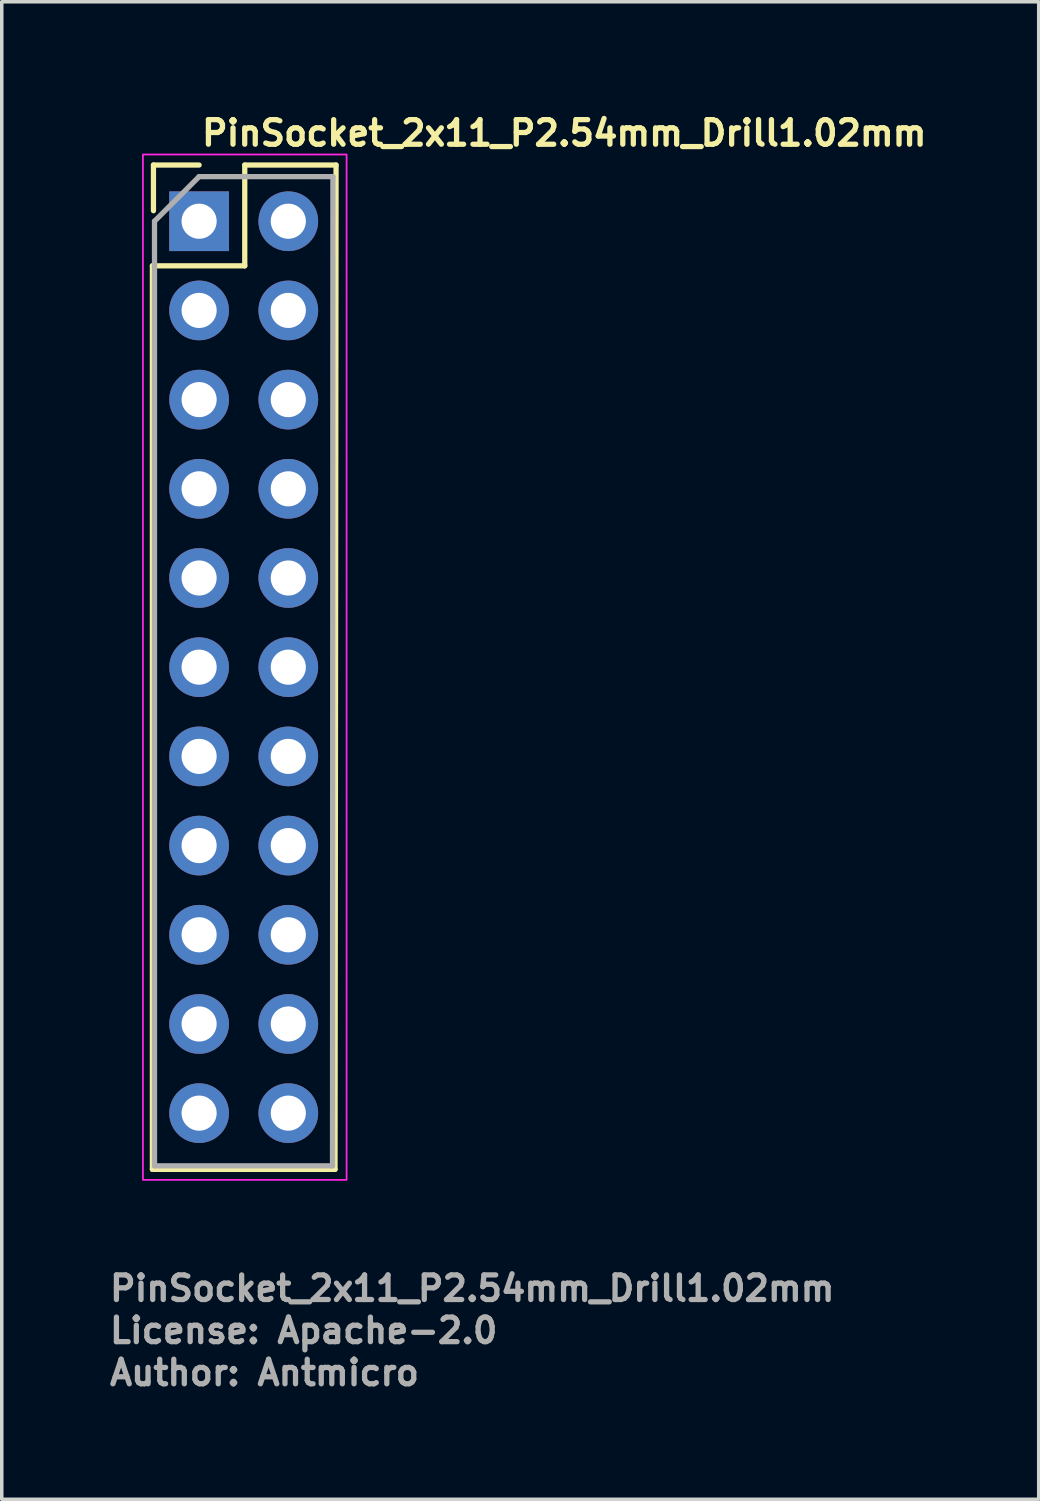
<source format=kicad_pcb>
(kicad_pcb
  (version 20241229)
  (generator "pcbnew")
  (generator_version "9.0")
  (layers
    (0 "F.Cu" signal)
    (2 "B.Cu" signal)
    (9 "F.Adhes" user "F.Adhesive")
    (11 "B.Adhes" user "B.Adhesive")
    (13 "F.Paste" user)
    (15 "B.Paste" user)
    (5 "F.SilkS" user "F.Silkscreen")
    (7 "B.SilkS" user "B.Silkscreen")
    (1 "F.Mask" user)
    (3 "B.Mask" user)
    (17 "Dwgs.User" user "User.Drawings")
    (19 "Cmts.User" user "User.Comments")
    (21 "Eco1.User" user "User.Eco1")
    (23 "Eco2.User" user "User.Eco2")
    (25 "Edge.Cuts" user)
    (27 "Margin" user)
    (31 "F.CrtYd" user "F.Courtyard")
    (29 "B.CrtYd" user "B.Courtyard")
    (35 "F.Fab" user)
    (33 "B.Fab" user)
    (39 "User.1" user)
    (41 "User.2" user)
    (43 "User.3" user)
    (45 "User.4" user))
  (footprint "PinSocket_2x11_P2.54mm_Drill1.02mm"
    (layer "F.Cu")
    (at 2.62 3.25)
    (property "Reference" "PinSocket_2x11_P2.54mm_Drill1.02mm" (at 0 -2.1 0) (layer "F.SilkS") (effects (font (size 0.7 0.7) (thickness 0.15)) (justify left bottom)))
    (attr through_hole)
    (fp_line (start -1.33 1.27) (end -1.33 27) (stroke (width 0.15) (type solid)) (layer "F.SilkS"))
    (fp_line (start -1.33 1.27) (end 1.3 1.27) (stroke (width 0.15) (type solid)) (layer "F.SilkS"))
    (fp_line (start -1.33 27) (end 3.87 27) (stroke (width 0.15) (type solid)) (layer "F.SilkS"))
    (fp_line (start -1.3 -1.6) (end 0 -1.6) (stroke (width 0.15) (type solid)) (layer "F.SilkS"))
    (fp_line (start -1.3 -0.3) (end -1.3 -1.6) (stroke (width 0.15) (type solid)) (layer "F.SilkS"))
    (fp_line (start 1.3 -1.6) (end 3.9 -1.6) (stroke (width 0.15) (type solid)) (layer "F.SilkS"))
    (fp_line (start 1.3 1.27) (end 1.3 -1.6) (stroke (width 0.15) (type solid)) (layer "F.SilkS"))
    (fp_line (start 3.9 -1.6) (end 3.87 27) (stroke (width 0.15) (type solid)) (layer "F.SilkS"))
    (fp_rect (start -1.6 -1.9) (end 4.2 27.3) (stroke (width 0.05) (type solid)) (fill no) (layer "F.CrtYd"))
    (fp_line (start -1.27 0) (end 0 -1.27) (stroke (width 0.15) (type solid)) (layer "F.Fab"))
    (fp_line (start -1.27 26.9) (end -1.27 0) (stroke (width 0.15) (type solid)) (layer "F.Fab"))
    (fp_line (start 0 -1.27) (end 3.81 -1.27) (stroke (width 0.15) (type solid)) (layer "F.Fab"))
    (fp_line (start 3.799 26.9) (end -1.27 26.9) (stroke (width 0.15) (type solid)) (layer "F.Fab"))
    (fp_line (start 3.81 -1.27) (end 3.799 26.9) (stroke (width 0.15) (type solid)) (layer "F.Fab"))
    (fp_rect (start -1.27 -1.52) (end 3.81 26.92) (stroke (width 0.1) (type solid)) (fill no) (layer "User.5"))
    (fp_line (start -1.27 -1.52) (end -1.27 26.92) (stroke (width 0.02) (type solid)) (layer "User.9"))
    (fp_line (start -1.27 -1.52) (end 3.81 -1.52) (stroke (width 0.02) (type solid)) (layer "User.9"))
    (fp_line (start -1.27 26.92) (end 3.81 26.92) (stroke (width 0.02) (type solid)) (layer "User.9"))
    (fp_line (start -0.55 -0.55) (end -0.349 -0.349) (stroke (width 0.02) (type solid)) (layer "User.9"))
    (fp_line (start -0.55 -0.55) (end 0.55 -0.55) (stroke (width 0.02) (type solid)) (layer "User.9"))
    (fp_line (start -0.55 0.55) (end -0.55 -0.55) (stroke (width 0.02) (type solid)) (layer "User.9"))
    (fp_line (start -0.55 0.55) (end -0.349 0.349) (stroke (width 0.02) (type solid)) (layer "User.9"))
    (fp_line (start -0.55 1.99) (end -0.349 2.19) (stroke (width 0.02) (type solid)) (layer "User.9"))
    (fp_line (start -0.55 1.99) (end 0.55 1.99) (stroke (width 0.02) (type solid)) (layer "User.9"))
    (fp_line (start -0.55 3.09) (end -0.55 1.99) (stroke (width 0.02) (type solid)) (layer "User.9"))
    (fp_line (start -0.55 3.09) (end -0.349 2.89) (stroke (width 0.02) (type solid)) (layer "User.9"))
    (fp_line (start -0.55 4.53) (end -0.349 4.73) (stroke (width 0.02) (type solid)) (layer "User.9"))
    (fp_line (start -0.55 4.53) (end 0.55 4.53) (stroke (width 0.02) (type solid)) (layer "User.9"))
    (fp_line (start -0.55 5.63) (end -0.55 4.53) (stroke (width 0.02) (type solid)) (layer "User.9"))
    (fp_line (start -0.55 5.63) (end -0.349 5.43) (stroke (width 0.02) (type solid)) (layer "User.9"))
    (fp_line (start -0.55 7.07) (end -0.349 7.269) (stroke (width 0.02) (type solid)) (layer "User.9"))
    (fp_line (start -0.55 7.07) (end 0.55 7.07) (stroke (width 0.02) (type solid)) (layer "User.9"))
    (fp_line (start -0.55 8.17) (end -0.55 7.07) (stroke (width 0.02) (type solid)) (layer "User.9"))
    (fp_line (start -0.55 8.17) (end -0.349 7.97) (stroke (width 0.02) (type solid)) (layer "User.9"))
    (fp_line (start -0.55 9.61) (end -0.349 9.81) (stroke (width 0.02) (type solid)) (layer "User.9"))
    (fp_line (start -0.55 9.61) (end 0.55 9.61) (stroke (width 0.02) (type solid)) (layer "User.9"))
    (fp_line (start -0.55 10.71) (end -0.55 9.61) (stroke (width 0.02) (type solid)) (layer "User.9"))
    (fp_line (start -0.55 10.71) (end -0.349 10.51) (stroke (width 0.02) (type solid)) (layer "User.9"))
    (fp_line (start -0.55 12.15) (end -0.349 12.35) (stroke (width 0.02) (type solid)) (layer "User.9"))
    (fp_line (start -0.55 12.15) (end 0.55 12.15) (stroke (width 0.02) (type solid)) (layer "User.9"))
    (fp_line (start -0.55 13.25) (end -0.55 12.15) (stroke (width 0.02) (type solid)) (layer "User.9"))
    (fp_line (start -0.55 13.25) (end -0.349 13.05) (stroke (width 0.02) (type solid)) (layer "User.9"))
    (fp_line (start -0.55 14.69) (end -0.349 14.89) (stroke (width 0.02) (type solid)) (layer "User.9"))
    (fp_line (start -0.55 14.69) (end 0.55 14.69) (stroke (width 0.02) (type solid)) (layer "User.9"))
    (fp_line (start -0.55 15.789) (end -0.55 14.69) (stroke (width 0.02) (type solid)) (layer "User.9"))
    (fp_line (start -0.55 15.789) (end -0.349 15.59) (stroke (width 0.02) (type solid)) (layer "User.9"))
    (fp_line (start -0.55 17.23) (end -0.349 17.43) (stroke (width 0.02) (type solid)) (layer "User.9"))
    (fp_line (start -0.55 17.23) (end 0.55 17.23) (stroke (width 0.02) (type solid)) (layer "User.9"))
    (fp_line (start -0.55 18.329) (end -0.55 17.23) (stroke (width 0.02) (type solid)) (layer "User.9"))
    (fp_line (start -0.55 18.329) (end -0.349 18.129) (stroke (width 0.02) (type solid)) (layer "User.9"))
    (fp_line (start -0.55 19.77) (end -0.349 19.969) (stroke (width 0.02) (type solid)) (layer "User.9"))
    (fp_line (start -0.55 19.77) (end 0.55 19.77) (stroke (width 0.02) (type solid)) (layer "User.9"))
    (fp_line (start -0.55 20.87) (end -0.55 19.77) (stroke (width 0.02) (type solid)) (layer "User.9"))
    (fp_line (start -0.55 20.87) (end -0.349 20.67) (stroke (width 0.02) (type solid)) (layer "User.9"))
    (fp_line (start -0.55 22.309) (end -0.349 22.51) (stroke (width 0.02) (type solid)) (layer "User.9"))
    (fp_line (start -0.55 22.309) (end 0.55 22.309) (stroke (width 0.02) (type solid)) (layer "User.9"))
    (fp_line (start -0.55 23.41) (end -0.55 22.309) (stroke (width 0.02) (type solid)) (layer "User.9"))
    (fp_line (start -0.55 23.41) (end -0.349 23.209) (stroke (width 0.02) (type solid)) (layer "User.9"))
    (fp_line (start -0.55 24.85) (end -0.349 25.049) (stroke (width 0.02) (type solid)) (layer "User.9"))
    (fp_line (start -0.55 24.85) (end 0.55 24.85) (stroke (width 0.02) (type solid)) (layer "User.9"))
    (fp_line (start -0.55 25.95) (end -0.55 24.85) (stroke (width 0.02) (type solid)) (layer "User.9"))
    (fp_line (start -0.55 25.95) (end -0.349 25.75) (stroke (width 0.02) (type solid)) (layer "User.9"))
    (fp_line (start -0.349 -0.349) (end -0.349 0.349) (stroke (width 0.02) (type solid)) (layer "User.9"))
    (fp_line (start -0.349 0.349) (end 0.349 0.349) (stroke (width 0.02) (type solid)) (layer "User.9"))
    (fp_line (start -0.349 2.19) (end -0.349 2.89) (stroke (width 0.02) (type solid)) (layer "User.9"))
    (fp_line (start -0.349 2.89) (end 0.349 2.89) (stroke (width 0.02) (type solid)) (layer "User.9"))
    (fp_line (start -0.349 4.73) (end -0.349 5.43) (stroke (width 0.02) (type solid)) (layer "User.9"))
    (fp_line (start -0.349 5.43) (end 0.349 5.43) (stroke (width 0.02) (type solid)) (layer "User.9"))
    (fp_line (start -0.349 7.269) (end -0.349 7.97) (stroke (width 0.02) (type solid)) (layer "User.9"))
    (fp_line (start -0.349 7.97) (end 0.349 7.97) (stroke (width 0.02) (type solid)) (layer "User.9"))
    (fp_line (start -0.349 9.81) (end -0.349 10.51) (stroke (width 0.02) (type solid)) (layer "User.9"))
    (fp_line (start -0.349 10.51) (end 0.349 10.51) (stroke (width 0.02) (type solid)) (layer "User.9"))
    (fp_line (start -0.349 12.35) (end -0.349 13.05) (stroke (width 0.02) (type solid)) (layer "User.9"))
    (fp_line (start -0.349 13.05) (end 0.349 13.05) (stroke (width 0.02) (type solid)) (layer "User.9"))
    (fp_line (start -0.349 14.89) (end -0.349 15.59) (stroke (width 0.02) (type solid)) (layer "User.9"))
    (fp_line (start -0.349 15.59) (end 0.349 15.59) (stroke (width 0.02) (type solid)) (layer "User.9"))
    (fp_line (start -0.349 17.43) (end -0.349 18.129) (stroke (width 0.02) (type solid)) (layer "User.9"))
    (fp_line (start -0.349 18.129) (end 0.349 18.129) (stroke (width 0.02) (type solid)) (layer "User.9"))
    (fp_line (start -0.349 19.969) (end -0.349 20.67) (stroke (width 0.02) (type solid)) (layer "User.9"))
    (fp_line (start -0.349 20.67) (end 0.349 20.67) (stroke (width 0.02) (type solid)) (layer "User.9"))
    (fp_line (start -0.349 22.51) (end -0.349 23.209) (stroke (width 0.02) (type solid)) (layer "User.9"))
    (fp_line (start -0.349 23.209) (end 0.349 23.209) (stroke (width 0.02) (type solid)) (layer "User.9"))
    (fp_line (start -0.349 25.049) (end -0.349 25.75) (stroke (width 0.02) (type solid)) (layer "User.9"))
    (fp_line (start -0.349 25.75) (end 0.349 25.75) (stroke (width 0.02) (type solid)) (layer "User.9"))
    (fp_line (start -0.2 -0.349) (end -0.2 -0.183) (stroke (width 0.02) (type solid)) (layer "User.9"))
    (fp_line (start -0.2 -0.181) (end -0.2 0) (stroke (width 0.02) (type solid)) (layer "User.9"))
    (fp_line (start -0.2 0) (end -0.2 0.181) (stroke (width 0.02) (type solid)) (layer "User.9"))
    (fp_line (start -0.2 0.183) (end -0.2 0.349) (stroke (width 0.02) (type solid)) (layer "User.9"))
    (fp_line (start -0.2 2.19) (end -0.2 2.356) (stroke (width 0.02) (type solid)) (layer "User.9"))
    (fp_line (start -0.2 2.358) (end -0.2 2.54) (stroke (width 0.02) (type solid)) (layer "User.9"))
    (fp_line (start -0.2 2.54) (end -0.2 2.721) (stroke (width 0.02) (type solid)) (layer "User.9"))
    (fp_line (start -0.2 2.723) (end -0.2 2.89) (stroke (width 0.02) (type solid)) (layer "User.9"))
    (fp_line (start -0.2 4.73) (end -0.2 4.896) (stroke (width 0.02) (type solid)) (layer "User.9"))
    (fp_line (start -0.2 4.898) (end -0.2 5.08) (stroke (width 0.02) (type solid)) (layer "User.9"))
    (fp_line (start -0.2 5.08) (end -0.2 5.261) (stroke (width 0.02) (type solid)) (layer "User.9"))
    (fp_line (start -0.2 5.263) (end -0.2 5.43) (stroke (width 0.02) (type solid)) (layer "User.9"))
    (fp_line (start -0.2 7.269) (end -0.2 7.436) (stroke (width 0.02) (type solid)) (layer "User.9"))
    (fp_line (start -0.2 7.438) (end -0.2 7.62) (stroke (width 0.02) (type solid)) (layer "User.9"))
    (fp_line (start -0.2 7.62) (end -0.2 7.801) (stroke (width 0.02) (type solid)) (layer "User.9"))
    (fp_line (start -0.2 7.803) (end -0.2 7.97) (stroke (width 0.02) (type solid)) (layer "User.9"))
    (fp_line (start -0.2 9.81) (end -0.2 9.976) (stroke (width 0.02) (type solid)) (layer "User.9"))
    (fp_line (start -0.2 9.978) (end -0.2 10.16) (stroke (width 0.02) (type solid)) (layer "User.9"))
    (fp_line (start -0.2 10.16) (end -0.2 10.342) (stroke (width 0.02) (type solid)) (layer "User.9"))
    (fp_line (start -0.2 10.343) (end -0.2 10.51) (stroke (width 0.02) (type solid)) (layer "User.9"))
    (fp_line (start -0.2 12.35) (end -0.2 12.516) (stroke (width 0.02) (type solid)) (layer "User.9"))
    (fp_line (start -0.2 12.518) (end -0.2 12.699) (stroke (width 0.02) (type solid)) (layer "User.9"))
    (fp_line (start -0.2 12.699) (end -0.2 12.882) (stroke (width 0.02) (type solid)) (layer "User.9"))
    (fp_line (start -0.2 12.883) (end -0.2 13.05) (stroke (width 0.02) (type solid)) (layer "User.9"))
    (fp_line (start -0.2 14.89) (end -0.2 15.056) (stroke (width 0.02) (type solid)) (layer "User.9"))
    (fp_line (start -0.2 15.058) (end -0.2 15.24) (stroke (width 0.02) (type solid)) (layer "User.9"))
    (fp_line (start -0.2 15.24) (end -0.2 15.422) (stroke (width 0.02) (type solid)) (layer "User.9"))
    (fp_line (start -0.2 15.423) (end -0.2 15.59) (stroke (width 0.02) (type solid)) (layer "User.9"))
    (fp_line (start -0.2 17.43) (end -0.2 17.596) (stroke (width 0.02) (type solid)) (layer "User.9"))
    (fp_line (start -0.2 17.598) (end -0.2 17.78) (stroke (width 0.02) (type solid)) (layer "User.9"))
    (fp_line (start -0.2 17.78) (end -0.2 17.962) (stroke (width 0.02) (type solid)) (layer "User.9"))
    (fp_line (start -0.2 17.963) (end -0.2 18.129) (stroke (width 0.02) (type solid)) (layer "User.9"))
    (fp_line (start -0.2 19.969) (end -0.2 20.136) (stroke (width 0.02) (type solid)) (layer "User.9"))
    (fp_line (start -0.2 20.138) (end -0.2 20.32) (stroke (width 0.02) (type solid)) (layer "User.9"))
    (fp_line (start -0.2 20.32) (end -0.2 20.502) (stroke (width 0.02) (type solid)) (layer "User.9"))
    (fp_line (start -0.2 20.503) (end -0.2 20.67) (stroke (width 0.02) (type solid)) (layer "User.9"))
    (fp_line (start -0.2 22.51) (end -0.2 22.676) (stroke (width 0.02) (type solid)) (layer "User.9"))
    (fp_line (start -0.2 22.677) (end -0.2 22.86) (stroke (width 0.02) (type solid)) (layer "User.9"))
    (fp_line (start -0.2 22.86) (end -0.2 23.042) (stroke (width 0.02) (type solid)) (layer "User.9"))
    (fp_line (start -0.2 23.043) (end -0.2 23.209) (stroke (width 0.02) (type solid)) (layer "User.9"))
    (fp_line (start -0.2 25.049) (end -0.2 25.216) (stroke (width 0.02) (type solid)) (layer "User.9"))
    (fp_line (start -0.2 25.218) (end -0.2 25.399) (stroke (width 0.02) (type solid)) (layer "User.9"))
    (fp_line (start -0.2 25.399) (end -0.2 25.582) (stroke (width 0.02) (type solid)) (layer "User.9"))
    (fp_line (start -0.2 25.583) (end -0.2 25.75) (stroke (width 0.02) (type solid)) (layer "User.9"))
    (fp_line (start 0.2 -0.349) (end 0.2 -0.183) (stroke (width 0.02) (type solid)) (layer "User.9"))
    (fp_line (start 0.2 -0.181) (end -0.2 -0.181) (stroke (width 0.02) (type solid)) (layer "User.9"))
    (fp_line (start 0.2 -0.181) (end 0.2 0) (stroke (width 0.02) (type solid)) (layer "User.9"))
    (fp_line (start 0.2 0) (end -0.2 0) (stroke (width 0.02) (type solid)) (layer "User.9"))
    (fp_line (start 0.2 0) (end 0.2 0.181) (stroke (width 0.02) (type solid)) (layer "User.9"))
    (fp_line (start 0.2 0.181) (end -0.2 0.181) (stroke (width 0.02) (type solid)) (layer "User.9"))
    (fp_line (start 0.2 0.183) (end 0.2 0.349) (stroke (width 0.02) (type solid)) (layer "User.9"))
    (fp_line (start 0.2 2.19) (end 0.2 2.356) (stroke (width 0.02) (type solid)) (layer "User.9"))
    (fp_line (start 0.2 2.358) (end -0.2 2.358) (stroke (width 0.02) (type solid)) (layer "User.9"))
    (fp_line (start 0.2 2.358) (end 0.2 2.54) (stroke (width 0.02) (type solid)) (layer "User.9"))
    (fp_line (start 0.2 2.54) (end -0.2 2.54) (stroke (width 0.02) (type solid)) (layer "User.9"))
    (fp_line (start 0.2 2.54) (end 0.2 2.721) (stroke (width 0.02) (type solid)) (layer "User.9"))
    (fp_line (start 0.2 2.721) (end -0.2 2.721) (stroke (width 0.02) (type solid)) (layer "User.9"))
    (fp_line (start 0.2 2.723) (end 0.2 2.89) (stroke (width 0.02) (type solid)) (layer "User.9"))
    (fp_line (start 0.2 4.73) (end 0.2 4.896) (stroke (width 0.02) (type solid)) (layer "User.9"))
    (fp_line (start 0.2 4.898) (end -0.2 4.898) (stroke (width 0.02) (type solid)) (layer "User.9"))
    (fp_line (start 0.2 4.898) (end 0.2 5.08) (stroke (width 0.02) (type solid)) (layer "User.9"))
    (fp_line (start 0.2 5.08) (end -0.2 5.08) (stroke (width 0.02) (type solid)) (layer "User.9"))
    (fp_line (start 0.2 5.08) (end 0.2 5.261) (stroke (width 0.02) (type solid)) (layer "User.9"))
    (fp_line (start 0.2 5.261) (end -0.2 5.261) (stroke (width 0.02) (type solid)) (layer "User.9"))
    (fp_line (start 0.2 5.263) (end 0.2 5.43) (stroke (width 0.02) (type solid)) (layer "User.9"))
    (fp_line (start 0.2 7.269) (end 0.2 7.436) (stroke (width 0.02) (type solid)) (layer "User.9"))
    (fp_line (start 0.2 7.438) (end -0.2 7.438) (stroke (width 0.02) (type solid)) (layer "User.9"))
    (fp_line (start 0.2 7.438) (end 0.2 7.62) (stroke (width 0.02) (type solid)) (layer "User.9"))
    (fp_line (start 0.2 7.62) (end -0.2 7.62) (stroke (width 0.02) (type solid)) (layer "User.9"))
    (fp_line (start 0.2 7.62) (end 0.2 7.801) (stroke (width 0.02) (type solid)) (layer "User.9"))
    (fp_line (start 0.2 7.801) (end -0.2 7.801) (stroke (width 0.02) (type solid)) (layer "User.9"))
    (fp_line (start 0.2 7.803) (end 0.2 7.97) (stroke (width 0.02) (type solid)) (layer "User.9"))
    (fp_line (start 0.2 9.81) (end 0.2 9.976) (stroke (width 0.02) (type solid)) (layer "User.9"))
    (fp_line (start 0.2 9.978) (end -0.2 9.978) (stroke (width 0.02) (type solid)) (layer "User.9"))
    (fp_line (start 0.2 9.978) (end 0.2 10.16) (stroke (width 0.02) (type solid)) (layer "User.9"))
    (fp_line (start 0.2 10.16) (end -0.2 10.16) (stroke (width 0.02) (type solid)) (layer "User.9"))
    (fp_line (start 0.2 10.16) (end 0.2 10.342) (stroke (width 0.02) (type solid)) (layer "User.9"))
    (fp_line (start 0.2 10.342) (end -0.2 10.342) (stroke (width 0.02) (type solid)) (layer "User.9"))
    (fp_line (start 0.2 10.343) (end 0.2 10.51) (stroke (width 0.02) (type solid)) (layer "User.9"))
    (fp_line (start 0.2 12.35) (end 0.2 12.516) (stroke (width 0.02) (type solid)) (layer "User.9"))
    (fp_line (start 0.2 12.518) (end -0.2 12.518) (stroke (width 0.02) (type solid)) (layer "User.9"))
    (fp_line (start 0.2 12.518) (end 0.2 12.699) (stroke (width 0.02) (type solid)) (layer "User.9"))
    (fp_line (start 0.2 12.699) (end -0.2 12.699) (stroke (width 0.02) (type solid)) (layer "User.9"))
    (fp_line (start 0.2 12.699) (end 0.2 12.882) (stroke (width 0.02) (type solid)) (layer "User.9"))
    (fp_line (start 0.2 12.882) (end -0.2 12.882) (stroke (width 0.02) (type solid)) (layer "User.9"))
    (fp_line (start 0.2 12.883) (end 0.2 13.05) (stroke (width 0.02) (type solid)) (layer "User.9"))
    (fp_line (start 0.2 14.89) (end 0.2 15.056) (stroke (width 0.02) (type solid)) (layer "User.9"))
    (fp_line (start 0.2 15.058) (end -0.2 15.058) (stroke (width 0.02) (type solid)) (layer "User.9"))
    (fp_line (start 0.2 15.058) (end 0.2 15.24) (stroke (width 0.02) (type solid)) (layer "User.9"))
    (fp_line (start 0.2 15.24) (end -0.2 15.24) (stroke (width 0.02) (type solid)) (layer "User.9"))
    (fp_line (start 0.2 15.24) (end 0.2 15.422) (stroke (width 0.02) (type solid)) (layer "User.9"))
    (fp_line (start 0.2 15.422) (end -0.2 15.422) (stroke (width 0.02) (type solid)) (layer "User.9"))
    (fp_line (start 0.2 15.423) (end 0.2 15.59) (stroke (width 0.02) (type solid)) (layer "User.9"))
    (fp_line (start 0.2 17.43) (end 0.2 17.596) (stroke (width 0.02) (type solid)) (layer "User.9"))
    (fp_line (start 0.2 17.598) (end -0.2 17.598) (stroke (width 0.02) (type solid)) (layer "User.9"))
    (fp_line (start 0.2 17.598) (end 0.2 17.78) (stroke (width 0.02) (type solid)) (layer "User.9"))
    (fp_line (start 0.2 17.78) (end -0.2 17.78) (stroke (width 0.02) (type solid)) (layer "User.9"))
    (fp_line (start 0.2 17.78) (end 0.2 17.962) (stroke (width 0.02) (type solid)) (layer "User.9"))
    (fp_line (start 0.2 17.962) (end -0.2 17.962) (stroke (width 0.02) (type solid)) (layer "User.9"))
    (fp_line (start 0.2 17.963) (end 0.2 18.129) (stroke (width 0.02) (type solid)) (layer "User.9"))
    (fp_line (start 0.2 19.969) (end 0.2 20.136) (stroke (width 0.02) (type solid)) (layer "User.9"))
    (fp_line (start 0.2 20.138) (end -0.2 20.138) (stroke (width 0.02) (type solid)) (layer "User.9"))
    (fp_line (start 0.2 20.138) (end 0.2 20.32) (stroke (width 0.02) (type solid)) (layer "User.9"))
    (fp_line (start 0.2 20.32) (end -0.2 20.32) (stroke (width 0.02) (type solid)) (layer "User.9"))
    (fp_line (start 0.2 20.32) (end 0.2 20.502) (stroke (width 0.02) (type solid)) (layer "User.9"))
    (fp_line (start 0.2 20.502) (end -0.2 20.502) (stroke (width 0.02) (type solid)) (layer "User.9"))
    (fp_line (start 0.2 20.503) (end 0.2 20.67) (stroke (width 0.02) (type solid)) (layer "User.9"))
    (fp_line (start 0.2 22.51) (end 0.2 22.676) (stroke (width 0.02) (type solid)) (layer "User.9"))
    (fp_line (start 0.2 22.677) (end -0.2 22.677) (stroke (width 0.02) (type solid)) (layer "User.9"))
    (fp_line (start 0.2 22.677) (end 0.2 22.86) (stroke (width 0.02) (type solid)) (layer "User.9"))
    (fp_line (start 0.2 22.86) (end -0.2 22.86) (stroke (width 0.02) (type solid)) (layer "User.9"))
    (fp_line (start 0.2 22.86) (end 0.2 23.042) (stroke (width 0.02) (type solid)) (layer "User.9"))
    (fp_line (start 0.2 23.042) (end -0.2 23.042) (stroke (width 0.02) (type solid)) (layer "User.9"))
    (fp_line (start 0.2 23.043) (end 0.2 23.209) (stroke (width 0.02) (type solid)) (layer "User.9"))
    (fp_line (start 0.2 25.049) (end 0.2 25.216) (stroke (width 0.02) (type solid)) (layer "User.9"))
    (fp_line (start 0.2 25.218) (end -0.2 25.218) (stroke (width 0.02) (type solid)) (layer "User.9"))
    (fp_line (start 0.2 25.218) (end 0.2 25.399) (stroke (width 0.02) (type solid)) (layer "User.9"))
    (fp_line (start 0.2 25.399) (end -0.2 25.399) (stroke (width 0.02) (type solid)) (layer "User.9"))
    (fp_line (start 0.2 25.399) (end 0.2 25.582) (stroke (width 0.02) (type solid)) (layer "User.9"))
    (fp_line (start 0.2 25.582) (end -0.2 25.582) (stroke (width 0.02) (type solid)) (layer "User.9"))
    (fp_line (start 0.2 25.583) (end 0.2 25.75) (stroke (width 0.02) (type solid)) (layer "User.9"))
    (fp_line (start 0.349 -0.349) (end -0.349 -0.349) (stroke (width 0.02) (type solid)) (layer "User.9"))
    (fp_line (start 0.349 0.349) (end 0.349 -0.349) (stroke (width 0.02) (type solid)) (layer "User.9"))
    (fp_line (start 0.349 0.349) (end 0.55 0.55) (stroke (width 0.02) (type solid)) (layer "User.9"))
    (fp_line (start 0.349 2.19) (end -0.349 2.19) (stroke (width 0.02) (type solid)) (layer "User.9"))
    (fp_line (start 0.349 2.89) (end 0.349 2.19) (stroke (width 0.02) (type solid)) (layer "User.9"))
    (fp_line (start 0.349 2.89) (end 0.55 3.09) (stroke (width 0.02) (type solid)) (layer "User.9"))
    (fp_line (start 0.349 4.73) (end -0.349 4.73) (stroke (width 0.02) (type solid)) (layer "User.9"))
    (fp_line (start 0.349 5.43) (end 0.349 4.73) (stroke (width 0.02) (type solid)) (layer "User.9"))
    (fp_line (start 0.349 5.43) (end 0.55 5.63) (stroke (width 0.02) (type solid)) (layer "User.9"))
    (fp_line (start 0.349 7.269) (end -0.349 7.269) (stroke (width 0.02) (type solid)) (layer "User.9"))
    (fp_line (start 0.349 7.97) (end 0.349 7.269) (stroke (width 0.02) (type solid)) (layer "User.9"))
    (fp_line (start 0.349 7.97) (end 0.55 8.17) (stroke (width 0.02) (type solid)) (layer "User.9"))
    (fp_line (start 0.349 9.81) (end -0.349 9.81) (stroke (width 0.02) (type solid)) (layer "User.9"))
    (fp_line (start 0.349 10.51) (end 0.349 9.81) (stroke (width 0.02) (type solid)) (layer "User.9"))
    (fp_line (start 0.349 10.51) (end 0.55 10.71) (stroke (width 0.02) (type solid)) (layer "User.9"))
    (fp_line (start 0.349 12.35) (end -0.349 12.35) (stroke (width 0.02) (type solid)) (layer "User.9"))
    (fp_line (start 0.349 13.05) (end 0.349 12.35) (stroke (width 0.02) (type solid)) (layer "User.9"))
    (fp_line (start 0.349 13.05) (end 0.55 13.25) (stroke (width 0.02) (type solid)) (layer "User.9"))
    (fp_line (start 0.349 14.89) (end -0.349 14.89) (stroke (width 0.02) (type solid)) (layer "User.9"))
    (fp_line (start 0.349 15.59) (end 0.349 14.89) (stroke (width 0.02) (type solid)) (layer "User.9"))
    (fp_line (start 0.349 15.59) (end 0.55 15.789) (stroke (width 0.02) (type solid)) (layer "User.9"))
    (fp_line (start 0.349 17.43) (end -0.349 17.43) (stroke (width 0.02) (type solid)) (layer "User.9"))
    (fp_line (start 0.349 18.129) (end 0.349 17.43) (stroke (width 0.02) (type solid)) (layer "User.9"))
    (fp_line (start 0.349 18.129) (end 0.55 18.329) (stroke (width 0.02) (type solid)) (layer "User.9"))
    (fp_line (start 0.349 19.969) (end -0.349 19.969) (stroke (width 0.02) (type solid)) (layer "User.9"))
    (fp_line (start 0.349 20.67) (end 0.349 19.969) (stroke (width 0.02) (type solid)) (layer "User.9"))
    (fp_line (start 0.349 20.67) (end 0.55 20.87) (stroke (width 0.02) (type solid)) (layer "User.9"))
    (fp_line (start 0.349 22.51) (end -0.349 22.51) (stroke (width 0.02) (type solid)) (layer "User.9"))
    (fp_line (start 0.349 23.209) (end 0.349 22.51) (stroke (width 0.02) (type solid)) (layer "User.9"))
    (fp_line (start 0.349 23.209) (end 0.55 23.41) (stroke (width 0.02) (type solid)) (layer "User.9"))
    (fp_line (start 0.349 25.049) (end -0.349 25.049) (stroke (width 0.02) (type solid)) (layer "User.9"))
    (fp_line (start 0.349 25.75) (end 0.349 25.049) (stroke (width 0.02) (type solid)) (layer "User.9"))
    (fp_line (start 0.349 25.75) (end 0.55 25.95) (stroke (width 0.02) (type solid)) (layer "User.9"))
    (fp_line (start 0.55 -0.55) (end 0.349 -0.349) (stroke (width 0.02) (type solid)) (layer "User.9"))
    (fp_line (start 0.55 -0.55) (end 0.55 0.55) (stroke (width 0.02) (type solid)) (layer "User.9"))
    (fp_line (start 0.55 0.55) (end -0.55 0.55) (stroke (width 0.02) (type solid)) (layer "User.9"))
    (fp_line (start 0.55 1.99) (end 0.349 2.19) (stroke (width 0.02) (type solid)) (layer "User.9"))
    (fp_line (start 0.55 1.99) (end 0.55 3.09) (stroke (width 0.02) (type solid)) (layer "User.9"))
    (fp_line (start 0.55 3.09) (end -0.55 3.09) (stroke (width 0.02) (type solid)) (layer "User.9"))
    (fp_line (start 0.55 4.53) (end 0.349 4.73) (stroke (width 0.02) (type solid)) (layer "User.9"))
    (fp_line (start 0.55 4.53) (end 0.55 5.63) (stroke (width 0.02) (type solid)) (layer "User.9"))
    (fp_line (start 0.55 5.63) (end -0.55 5.63) (stroke (width 0.02) (type solid)) (layer "User.9"))
    (fp_line (start 0.55 7.07) (end 0.349 7.269) (stroke (width 0.02) (type solid)) (layer "User.9"))
    (fp_line (start 0.55 7.07) (end 0.55 8.17) (stroke (width 0.02) (type solid)) (layer "User.9"))
    (fp_line (start 0.55 8.17) (end -0.55 8.17) (stroke (width 0.02) (type solid)) (layer "User.9"))
    (fp_line (start 0.55 9.61) (end 0.349 9.81) (stroke (width 0.02) (type solid)) (layer "User.9"))
    (fp_line (start 0.55 9.61) (end 0.55 10.71) (stroke (width 0.02) (type solid)) (layer "User.9"))
    (fp_line (start 0.55 10.71) (end -0.55 10.71) (stroke (width 0.02) (type solid)) (layer "User.9"))
    (fp_line (start 0.55 12.15) (end 0.349 12.35) (stroke (width 0.02) (type solid)) (layer "User.9"))
    (fp_line (start 0.55 12.15) (end 0.55 13.25) (stroke (width 0.02) (type solid)) (layer "User.9"))
    (fp_line (start 0.55 13.25) (end -0.55 13.25) (stroke (width 0.02) (type solid)) (layer "User.9"))
    (fp_line (start 0.55 14.69) (end 0.349 14.89) (stroke (width 0.02) (type solid)) (layer "User.9"))
    (fp_line (start 0.55 14.69) (end 0.55 15.789) (stroke (width 0.02) (type solid)) (layer "User.9"))
    (fp_line (start 0.55 15.789) (end -0.55 15.789) (stroke (width 0.02) (type solid)) (layer "User.9"))
    (fp_line (start 0.55 17.23) (end 0.349 17.43) (stroke (width 0.02) (type solid)) (layer "User.9"))
    (fp_line (start 0.55 17.23) (end 0.55 18.329) (stroke (width 0.02) (type solid)) (layer "User.9"))
    (fp_line (start 0.55 18.329) (end -0.55 18.329) (stroke (width 0.02) (type solid)) (layer "User.9"))
    (fp_line (start 0.55 19.77) (end 0.349 19.969) (stroke (width 0.02) (type solid)) (layer "User.9"))
    (fp_line (start 0.55 19.77) (end 0.55 20.87) (stroke (width 0.02) (type solid)) (layer "User.9"))
    (fp_line (start 0.55 20.87) (end -0.55 20.87) (stroke (width 0.02) (type solid)) (layer "User.9"))
    (fp_line (start 0.55 22.309) (end 0.349 22.51) (stroke (width 0.02) (type solid)) (layer "User.9"))
    (fp_line (start 0.55 22.309) (end 0.55 23.41) (stroke (width 0.02) (type solid)) (layer "User.9"))
    (fp_line (start 0.55 23.41) (end -0.55 23.41) (stroke (width 0.02) (type solid)) (layer "User.9"))
    (fp_line (start 0.55 24.85) (end 0.349 25.049) (stroke (width 0.02) (type solid)) (layer "User.9"))
    (fp_line (start 0.55 24.85) (end 0.55 25.95) (stroke (width 0.02) (type solid)) (layer "User.9"))
    (fp_line (start 0.55 25.95) (end -0.55 25.95) (stroke (width 0.02) (type solid)) (layer "User.9"))
    (fp_line (start 1.99 -0.55) (end 2.19 -0.349) (stroke (width 0.02) (type solid)) (layer "User.9"))
    (fp_line (start 1.99 -0.55) (end 3.09 -0.55) (stroke (width 0.02) (type solid)) (layer "User.9"))
    (fp_line (start 1.99 0.55) (end 1.99 -0.55) (stroke (width 0.02) (type solid)) (layer "User.9"))
    (fp_line (start 1.99 0.55) (end 2.19 0.349) (stroke (width 0.02) (type solid)) (layer "User.9"))
    (fp_line (start 1.99 1.99) (end 2.19 2.19) (stroke (width 0.02) (type solid)) (layer "User.9"))
    (fp_line (start 1.99 1.99) (end 3.09 1.99) (stroke (width 0.02) (type solid)) (layer "User.9"))
    (fp_line (start 1.99 3.09) (end 1.99 1.99) (stroke (width 0.02) (type solid)) (layer "User.9"))
    (fp_line (start 1.99 3.09) (end 2.19 2.89) (stroke (width 0.02) (type solid)) (layer "User.9"))
    (fp_line (start 1.99 4.53) (end 2.19 4.73) (stroke (width 0.02) (type solid)) (layer "User.9"))
    (fp_line (start 1.99 4.53) (end 3.09 4.53) (stroke (width 0.02) (type solid)) (layer "User.9"))
    (fp_line (start 1.99 5.63) (end 1.99 4.53) (stroke (width 0.02) (type solid)) (layer "User.9"))
    (fp_line (start 1.99 5.63) (end 2.19 5.43) (stroke (width 0.02) (type solid)) (layer "User.9"))
    (fp_line (start 1.99 7.07) (end 2.19 7.269) (stroke (width 0.02) (type solid)) (layer "User.9"))
    (fp_line (start 1.99 7.07) (end 3.09 7.07) (stroke (width 0.02) (type solid)) (layer "User.9"))
    (fp_line (start 1.99 8.17) (end 1.99 7.07) (stroke (width 0.02) (type solid)) (layer "User.9"))
    (fp_line (start 1.99 8.17) (end 2.19 7.97) (stroke (width 0.02) (type solid)) (layer "User.9"))
    (fp_line (start 1.99 9.61) (end 2.19 9.81) (stroke (width 0.02) (type solid)) (layer "User.9"))
    (fp_line (start 1.99 9.61) (end 3.09 9.61) (stroke (width 0.02) (type solid)) (layer "User.9"))
    (fp_line (start 1.99 10.71) (end 1.99 9.61) (stroke (width 0.02) (type solid)) (layer "User.9"))
    (fp_line (start 1.99 10.71) (end 2.19 10.51) (stroke (width 0.02) (type solid)) (layer "User.9"))
    (fp_line (start 1.99 12.15) (end 2.19 12.35) (stroke (width 0.02) (type solid)) (layer "User.9"))
    (fp_line (start 1.99 12.15) (end 3.09 12.15) (stroke (width 0.02) (type solid)) (layer "User.9"))
    (fp_line (start 1.99 13.25) (end 1.99 12.15) (stroke (width 0.02) (type solid)) (layer "User.9"))
    (fp_line (start 1.99 13.25) (end 2.19 13.05) (stroke (width 0.02) (type solid)) (layer "User.9"))
    (fp_line (start 1.99 14.69) (end 2.19 14.89) (stroke (width 0.02) (type solid)) (layer "User.9"))
    (fp_line (start 1.99 14.69) (end 3.09 14.69) (stroke (width 0.02) (type solid)) (layer "User.9"))
    (fp_line (start 1.99 15.789) (end 1.99 14.69) (stroke (width 0.02) (type solid)) (layer "User.9"))
    (fp_line (start 1.99 15.789) (end 2.19 15.59) (stroke (width 0.02) (type solid)) (layer "User.9"))
    (fp_line (start 1.99 17.23) (end 2.19 17.43) (stroke (width 0.02) (type solid)) (layer "User.9"))
    (fp_line (start 1.99 17.23) (end 3.09 17.23) (stroke (width 0.02) (type solid)) (layer "User.9"))
    (fp_line (start 1.99 18.329) (end 1.99 17.23) (stroke (width 0.02) (type solid)) (layer "User.9"))
    (fp_line (start 1.99 18.329) (end 2.19 18.129) (stroke (width 0.02) (type solid)) (layer "User.9"))
    (fp_line (start 1.99 19.77) (end 2.19 19.969) (stroke (width 0.02) (type solid)) (layer "User.9"))
    (fp_line (start 1.99 19.77) (end 3.09 19.77) (stroke (width 0.02) (type solid)) (layer "User.9"))
    (fp_line (start 1.99 20.87) (end 1.99 19.77) (stroke (width 0.02) (type solid)) (layer "User.9"))
    (fp_line (start 1.99 20.87) (end 2.19 20.67) (stroke (width 0.02) (type solid)) (layer "User.9"))
    (fp_line (start 1.99 22.309) (end 2.19 22.51) (stroke (width 0.02) (type solid)) (layer "User.9"))
    (fp_line (start 1.99 22.309) (end 3.09 22.309) (stroke (width 0.02) (type solid)) (layer "User.9"))
    (fp_line (start 1.99 23.41) (end 1.99 22.309) (stroke (width 0.02) (type solid)) (layer "User.9"))
    (fp_line (start 1.99 23.41) (end 2.19 23.209) (stroke (width 0.02) (type solid)) (layer "User.9"))
    (fp_line (start 1.99 24.85) (end 2.19 25.049) (stroke (width 0.02) (type solid)) (layer "User.9"))
    (fp_line (start 1.99 24.85) (end 3.09 24.85) (stroke (width 0.02) (type solid)) (layer "User.9"))
    (fp_line (start 1.99 25.95) (end 1.99 24.85) (stroke (width 0.02) (type solid)) (layer "User.9"))
    (fp_line (start 1.99 25.95) (end 2.19 25.75) (stroke (width 0.02) (type solid)) (layer "User.9"))
    (fp_line (start 2.19 -0.349) (end 2.19 0.349) (stroke (width 0.02) (type solid)) (layer "User.9"))
    (fp_line (start 2.19 0.349) (end 2.89 0.349) (stroke (width 0.02) (type solid)) (layer "User.9"))
    (fp_line (start 2.19 2.19) (end 2.19 2.89) (stroke (width 0.02) (type solid)) (layer "User.9"))
    (fp_line (start 2.19 2.89) (end 2.89 2.89) (stroke (width 0.02) (type solid)) (layer "User.9"))
    (fp_line (start 2.19 4.73) (end 2.19 5.43) (stroke (width 0.02) (type solid)) (layer "User.9"))
    (fp_line (start 2.19 5.43) (end 2.89 5.43) (stroke (width 0.02) (type solid)) (layer "User.9"))
    (fp_line (start 2.19 7.269) (end 2.19 7.97) (stroke (width 0.02) (type solid)) (layer "User.9"))
    (fp_line (start 2.19 7.97) (end 2.89 7.97) (stroke (width 0.02) (type solid)) (layer "User.9"))
    (fp_line (start 2.19 9.81) (end 2.19 10.51) (stroke (width 0.02) (type solid)) (layer "User.9"))
    (fp_line (start 2.19 10.51) (end 2.89 10.51) (stroke (width 0.02) (type solid)) (layer "User.9"))
    (fp_line (start 2.19 12.35) (end 2.19 13.05) (stroke (width 0.02) (type solid)) (layer "User.9"))
    (fp_line (start 2.19 13.05) (end 2.89 13.05) (stroke (width 0.02) (type solid)) (layer "User.9"))
    (fp_line (start 2.19 14.89) (end 2.19 15.59) (stroke (width 0.02) (type solid)) (layer "User.9"))
    (fp_line (start 2.19 15.59) (end 2.89 15.59) (stroke (width 0.02) (type solid)) (layer "User.9"))
    (fp_line (start 2.19 17.43) (end 2.19 18.129) (stroke (width 0.02) (type solid)) (layer "User.9"))
    (fp_line (start 2.19 18.129) (end 2.89 18.129) (stroke (width 0.02) (type solid)) (layer "User.9"))
    (fp_line (start 2.19 19.969) (end 2.19 20.67) (stroke (width 0.02) (type solid)) (layer "User.9"))
    (fp_line (start 2.19 20.67) (end 2.89 20.67) (stroke (width 0.02) (type solid)) (layer "User.9"))
    (fp_line (start 2.19 22.51) (end 2.19 23.209) (stroke (width 0.02) (type solid)) (layer "User.9"))
    (fp_line (start 2.19 23.209) (end 2.89 23.209) (stroke (width 0.02) (type solid)) (layer "User.9"))
    (fp_line (start 2.19 25.049) (end 2.19 25.75) (stroke (width 0.02) (type solid)) (layer "User.9"))
    (fp_line (start 2.19 25.75) (end 2.89 25.75) (stroke (width 0.02) (type solid)) (layer "User.9"))
    (fp_line (start 2.34 -0.349) (end 2.34 -0.183) (stroke (width 0.02) (type solid)) (layer "User.9"))
    (fp_line (start 2.34 -0.181) (end 2.34 0) (stroke (width 0.02) (type solid)) (layer "User.9"))
    (fp_line (start 2.34 0) (end 2.34 0.181) (stroke (width 0.02) (type solid)) (layer "User.9"))
    (fp_line (start 2.34 0.183) (end 2.34 0.349) (stroke (width 0.02) (type solid)) (layer "User.9"))
    (fp_line (start 2.34 2.19) (end 2.34 2.356) (stroke (width 0.02) (type solid)) (layer "User.9"))
    (fp_line (start 2.34 2.358) (end 2.34 2.54) (stroke (width 0.02) (type solid)) (layer "User.9"))
    (fp_line (start 2.34 2.54) (end 2.34 2.721) (stroke (width 0.02) (type solid)) (layer "User.9"))
    (fp_line (start 2.34 2.723) (end 2.34 2.89) (stroke (width 0.02) (type solid)) (layer "User.9"))
    (fp_line (start 2.34 4.73) (end 2.34 4.896) (stroke (width 0.02) (type solid)) (layer "User.9"))
    (fp_line (start 2.34 4.898) (end 2.34 5.08) (stroke (width 0.02) (type solid)) (layer "User.9"))
    (fp_line (start 2.34 5.08) (end 2.34 5.261) (stroke (width 0.02) (type solid)) (layer "User.9"))
    (fp_line (start 2.34 5.263) (end 2.34 5.43) (stroke (width 0.02) (type solid)) (layer "User.9"))
    (fp_line (start 2.34 7.269) (end 2.34 7.436) (stroke (width 0.02) (type solid)) (layer "User.9"))
    (fp_line (start 2.34 7.438) (end 2.34 7.62) (stroke (width 0.02) (type solid)) (layer "User.9"))
    (fp_line (start 2.34 7.62) (end 2.34 7.801) (stroke (width 0.02) (type solid)) (layer "User.9"))
    (fp_line (start 2.34 7.803) (end 2.34 7.97) (stroke (width 0.02) (type solid)) (layer "User.9"))
    (fp_line (start 2.34 9.81) (end 2.34 9.976) (stroke (width 0.02) (type solid)) (layer "User.9"))
    (fp_line (start 2.34 9.978) (end 2.34 10.16) (stroke (width 0.02) (type solid)) (layer "User.9"))
    (fp_line (start 2.34 10.16) (end 2.34 10.342) (stroke (width 0.02) (type solid)) (layer "User.9"))
    (fp_line (start 2.34 10.343) (end 2.34 10.51) (stroke (width 0.02) (type solid)) (layer "User.9"))
    (fp_line (start 2.34 12.35) (end 2.34 12.516) (stroke (width 0.02) (type solid)) (layer "User.9"))
    (fp_line (start 2.34 12.518) (end 2.34 12.699) (stroke (width 0.02) (type solid)) (layer "User.9"))
    (fp_line (start 2.34 12.699) (end 2.34 12.882) (stroke (width 0.02) (type solid)) (layer "User.9"))
    (fp_line (start 2.34 12.883) (end 2.34 13.05) (stroke (width 0.02) (type solid)) (layer "User.9"))
    (fp_line (start 2.34 14.89) (end 2.34 15.056) (stroke (width 0.02) (type solid)) (layer "User.9"))
    (fp_line (start 2.34 15.058) (end 2.34 15.24) (stroke (width 0.02) (type solid)) (layer "User.9"))
    (fp_line (start 2.34 15.24) (end 2.34 15.422) (stroke (width 0.02) (type solid)) (layer "User.9"))
    (fp_line (start 2.34 15.423) (end 2.34 15.59) (stroke (width 0.02) (type solid)) (layer "User.9"))
    (fp_line (start 2.34 17.43) (end 2.34 17.596) (stroke (width 0.02) (type solid)) (layer "User.9"))
    (fp_line (start 2.34 17.598) (end 2.34 17.78) (stroke (width 0.02) (type solid)) (layer "User.9"))
    (fp_line (start 2.34 17.78) (end 2.34 17.962) (stroke (width 0.02) (type solid)) (layer "User.9"))
    (fp_line (start 2.34 17.963) (end 2.34 18.129) (stroke (width 0.02) (type solid)) (layer "User.9"))
    (fp_line (start 2.34 19.969) (end 2.34 20.136) (stroke (width 0.02) (type solid)) (layer "User.9"))
    (fp_line (start 2.34 20.138) (end 2.34 20.32) (stroke (width 0.02) (type solid)) (layer "User.9"))
    (fp_line (start 2.34 20.32) (end 2.34 20.502) (stroke (width 0.02) (type solid)) (layer "User.9"))
    (fp_line (start 2.34 20.503) (end 2.34 20.67) (stroke (width 0.02) (type solid)) (layer "User.9"))
    (fp_line (start 2.34 22.51) (end 2.34 22.676) (stroke (width 0.02) (type solid)) (layer "User.9"))
    (fp_line (start 2.34 22.677) (end 2.34 22.86) (stroke (width 0.02) (type solid)) (layer "User.9"))
    (fp_line (start 2.34 22.86) (end 2.34 23.042) (stroke (width 0.02) (type solid)) (layer "User.9"))
    (fp_line (start 2.34 23.043) (end 2.34 23.209) (stroke (width 0.02) (type solid)) (layer "User.9"))
    (fp_line (start 2.34 25.049) (end 2.34 25.216) (stroke (width 0.02) (type solid)) (layer "User.9"))
    (fp_line (start 2.34 25.218) (end 2.34 25.399) (stroke (width 0.02) (type solid)) (layer "User.9"))
    (fp_line (start 2.34 25.399) (end 2.34 25.582) (stroke (width 0.02) (type solid)) (layer "User.9"))
    (fp_line (start 2.34 25.583) (end 2.34 25.75) (stroke (width 0.02) (type solid)) (layer "User.9"))
    (fp_line (start 2.74 -0.349) (end 2.74 -0.183) (stroke (width 0.02) (type solid)) (layer "User.9"))
    (fp_line (start 2.74 -0.181) (end 2.34 -0.181) (stroke (width 0.02) (type solid)) (layer "User.9"))
    (fp_line (start 2.74 -0.181) (end 2.74 0) (stroke (width 0.02) (type solid)) (layer "User.9"))
    (fp_line (start 2.74 0) (end 2.34 0) (stroke (width 0.02) (type solid)) (layer "User.9"))
    (fp_line (start 2.74 0) (end 2.74 0.181) (stroke (width 0.02) (type solid)) (layer "User.9"))
    (fp_line (start 2.74 0.181) (end 2.34 0.181) (stroke (width 0.02) (type solid)) (layer "User.9"))
    (fp_line (start 2.74 0.183) (end 2.74 0.349) (stroke (width 0.02) (type solid)) (layer "User.9"))
    (fp_line (start 2.74 2.19) (end 2.74 2.356) (stroke (width 0.02) (type solid)) (layer "User.9"))
    (fp_line (start 2.74 2.358) (end 2.34 2.358) (stroke (width 0.02) (type solid)) (layer "User.9"))
    (fp_line (start 2.74 2.358) (end 2.74 2.54) (stroke (width 0.02) (type solid)) (layer "User.9"))
    (fp_line (start 2.74 2.54) (end 2.34 2.54) (stroke (width 0.02) (type solid)) (layer "User.9"))
    (fp_line (start 2.74 2.54) (end 2.74 2.721) (stroke (width 0.02) (type solid)) (layer "User.9"))
    (fp_line (start 2.74 2.721) (end 2.34 2.721) (stroke (width 0.02) (type solid)) (layer "User.9"))
    (fp_line (start 2.74 2.723) (end 2.74 2.89) (stroke (width 0.02) (type solid)) (layer "User.9"))
    (fp_line (start 2.74 4.73) (end 2.74 4.896) (stroke (width 0.02) (type solid)) (layer "User.9"))
    (fp_line (start 2.74 4.898) (end 2.34 4.898) (stroke (width 0.02) (type solid)) (layer "User.9"))
    (fp_line (start 2.74 4.898) (end 2.74 5.08) (stroke (width 0.02) (type solid)) (layer "User.9"))
    (fp_line (start 2.74 5.08) (end 2.34 5.08) (stroke (width 0.02) (type solid)) (layer "User.9"))
    (fp_line (start 2.74 5.08) (end 2.74 5.261) (stroke (width 0.02) (type solid)) (layer "User.9"))
    (fp_line (start 2.74 5.261) (end 2.34 5.261) (stroke (width 0.02) (type solid)) (layer "User.9"))
    (fp_line (start 2.74 5.263) (end 2.74 5.43) (stroke (width 0.02) (type solid)) (layer "User.9"))
    (fp_line (start 2.74 7.269) (end 2.74 7.436) (stroke (width 0.02) (type solid)) (layer "User.9"))
    (fp_line (start 2.74 7.438) (end 2.34 7.438) (stroke (width 0.02) (type solid)) (layer "User.9"))
    (fp_line (start 2.74 7.438) (end 2.74 7.62) (stroke (width 0.02) (type solid)) (layer "User.9"))
    (fp_line (start 2.74 7.62) (end 2.34 7.62) (stroke (width 0.02) (type solid)) (layer "User.9"))
    (fp_line (start 2.74 7.62) (end 2.74 7.801) (stroke (width 0.02) (type solid)) (layer "User.9"))
    (fp_line (start 2.74 7.801) (end 2.34 7.801) (stroke (width 0.02) (type solid)) (layer "User.9"))
    (fp_line (start 2.74 7.803) (end 2.74 7.97) (stroke (width 0.02) (type solid)) (layer "User.9"))
    (fp_line (start 2.74 9.81) (end 2.74 9.976) (stroke (width 0.02) (type solid)) (layer "User.9"))
    (fp_line (start 2.74 9.978) (end 2.34 9.978) (stroke (width 0.02) (type solid)) (layer "User.9"))
    (fp_line (start 2.74 9.978) (end 2.74 10.16) (stroke (width 0.02) (type solid)) (layer "User.9"))
    (fp_line (start 2.74 10.16) (end 2.34 10.16) (stroke (width 0.02) (type solid)) (layer "User.9"))
    (fp_line (start 2.74 10.16) (end 2.74 10.342) (stroke (width 0.02) (type solid)) (layer "User.9"))
    (fp_line (start 2.74 10.342) (end 2.34 10.342) (stroke (width 0.02) (type solid)) (layer "User.9"))
    (fp_line (start 2.74 10.343) (end 2.74 10.51) (stroke (width 0.02) (type solid)) (layer "User.9"))
    (fp_line (start 2.74 12.35) (end 2.74 12.516) (stroke (width 0.02) (type solid)) (layer "User.9"))
    (fp_line (start 2.74 12.518) (end 2.34 12.518) (stroke (width 0.02) (type solid)) (layer "User.9"))
    (fp_line (start 2.74 12.518) (end 2.74 12.699) (stroke (width 0.02) (type solid)) (layer "User.9"))
    (fp_line (start 2.74 12.699) (end 2.34 12.699) (stroke (width 0.02) (type solid)) (layer "User.9"))
    (fp_line (start 2.74 12.699) (end 2.74 12.882) (stroke (width 0.02) (type solid)) (layer "User.9"))
    (fp_line (start 2.74 12.882) (end 2.34 12.882) (stroke (width 0.02) (type solid)) (layer "User.9"))
    (fp_line (start 2.74 12.883) (end 2.74 13.05) (stroke (width 0.02) (type solid)) (layer "User.9"))
    (fp_line (start 2.74 14.89) (end 2.74 15.056) (stroke (width 0.02) (type solid)) (layer "User.9"))
    (fp_line (start 2.74 15.058) (end 2.34 15.058) (stroke (width 0.02) (type solid)) (layer "User.9"))
    (fp_line (start 2.74 15.058) (end 2.74 15.24) (stroke (width 0.02) (type solid)) (layer "User.9"))
    (fp_line (start 2.74 15.24) (end 2.34 15.24) (stroke (width 0.02) (type solid)) (layer "User.9"))
    (fp_line (start 2.74 15.24) (end 2.74 15.422) (stroke (width 0.02) (type solid)) (layer "User.9"))
    (fp_line (start 2.74 15.422) (end 2.34 15.422) (stroke (width 0.02) (type solid)) (layer "User.9"))
    (fp_line (start 2.74 15.423) (end 2.74 15.59) (stroke (width 0.02) (type solid)) (layer "User.9"))
    (fp_line (start 2.74 17.43) (end 2.74 17.596) (stroke (width 0.02) (type solid)) (layer "User.9"))
    (fp_line (start 2.74 17.598) (end 2.34 17.598) (stroke (width 0.02) (type solid)) (layer "User.9"))
    (fp_line (start 2.74 17.598) (end 2.74 17.78) (stroke (width 0.02) (type solid)) (layer "User.9"))
    (fp_line (start 2.74 17.78) (end 2.34 17.78) (stroke (width 0.02) (type solid)) (layer "User.9"))
    (fp_line (start 2.74 17.78) (end 2.74 17.962) (stroke (width 0.02) (type solid)) (layer "User.9"))
    (fp_line (start 2.74 17.962) (end 2.34 17.962) (stroke (width 0.02) (type solid)) (layer "User.9"))
    (fp_line (start 2.74 17.963) (end 2.74 18.129) (stroke (width 0.02) (type solid)) (layer "User.9"))
    (fp_line (start 2.74 19.969) (end 2.74 20.136) (stroke (width 0.02) (type solid)) (layer "User.9"))
    (fp_line (start 2.74 20.138) (end 2.34 20.138) (stroke (width 0.02) (type solid)) (layer "User.9"))
    (fp_line (start 2.74 20.138) (end 2.74 20.32) (stroke (width 0.02) (type solid)) (layer "User.9"))
    (fp_line (start 2.74 20.32) (end 2.34 20.32) (stroke (width 0.02) (type solid)) (layer "User.9"))
    (fp_line (start 2.74 20.32) (end 2.74 20.502) (stroke (width 0.02) (type solid)) (layer "User.9"))
    (fp_line (start 2.74 20.502) (end 2.34 20.502) (stroke (width 0.02) (type solid)) (layer "User.9"))
    (fp_line (start 2.74 20.503) (end 2.74 20.67) (stroke (width 0.02) (type solid)) (layer "User.9"))
    (fp_line (start 2.74 22.51) (end 2.74 22.676) (stroke (width 0.02) (type solid)) (layer "User.9"))
    (fp_line (start 2.74 22.677) (end 2.34 22.677) (stroke (width 0.02) (type solid)) (layer "User.9"))
    (fp_line (start 2.74 22.677) (end 2.74 22.86) (stroke (width 0.02) (type solid)) (layer "User.9"))
    (fp_line (start 2.74 22.86) (end 2.34 22.86) (stroke (width 0.02) (type solid)) (layer "User.9"))
    (fp_line (start 2.74 22.86) (end 2.74 23.042) (stroke (width 0.02) (type solid)) (layer "User.9"))
    (fp_line (start 2.74 23.042) (end 2.34 23.042) (stroke (width 0.02) (type solid)) (layer "User.9"))
    (fp_line (start 2.74 23.043) (end 2.74 23.209) (stroke (width 0.02) (type solid)) (layer "User.9"))
    (fp_line (start 2.74 25.049) (end 2.74 25.216) (stroke (width 0.02) (type solid)) (layer "User.9"))
    (fp_line (start 2.74 25.218) (end 2.34 25.218) (stroke (width 0.02) (type solid)) (layer "User.9"))
    (fp_line (start 2.74 25.218) (end 2.74 25.399) (stroke (width 0.02) (type solid)) (layer "User.9"))
    (fp_line (start 2.74 25.399) (end 2.34 25.399) (stroke (width 0.02) (type solid)) (layer "User.9"))
    (fp_line (start 2.74 25.399) (end 2.74 25.582) (stroke (width 0.02) (type solid)) (layer "User.9"))
    (fp_line (start 2.74 25.582) (end 2.34 25.582) (stroke (width 0.02) (type solid)) (layer "User.9"))
    (fp_line (start 2.74 25.583) (end 2.74 25.75) (stroke (width 0.02) (type solid)) (layer "User.9"))
    (fp_line (start 2.89 -0.349) (end 2.19 -0.349) (stroke (width 0.02) (type solid)) (layer "User.9"))
    (fp_line (start 2.89 0.349) (end 2.89 -0.349) (stroke (width 0.02) (type solid)) (layer "User.9"))
    (fp_line (start 2.89 0.349) (end 3.09 0.55) (stroke (width 0.02) (type solid)) (layer "User.9"))
    (fp_line (start 2.89 2.19) (end 2.19 2.19) (stroke (width 0.02) (type solid)) (layer "User.9"))
    (fp_line (start 2.89 2.89) (end 2.89 2.19) (stroke (width 0.02) (type solid)) (layer "User.9"))
    (fp_line (start 2.89 2.89) (end 3.09 3.09) (stroke (width 0.02) (type solid)) (layer "User.9"))
    (fp_line (start 2.89 4.73) (end 2.19 4.73) (stroke (width 0.02) (type solid)) (layer "User.9"))
    (fp_line (start 2.89 5.43) (end 2.89 4.73) (stroke (width 0.02) (type solid)) (layer "User.9"))
    (fp_line (start 2.89 5.43) (end 3.09 5.63) (stroke (width 0.02) (type solid)) (layer "User.9"))
    (fp_line (start 2.89 7.269) (end 2.19 7.269) (stroke (width 0.02) (type solid)) (layer "User.9"))
    (fp_line (start 2.89 7.97) (end 2.89 7.269) (stroke (width 0.02) (type solid)) (layer "User.9"))
    (fp_line (start 2.89 7.97) (end 3.09 8.17) (stroke (width 0.02) (type solid)) (layer "User.9"))
    (fp_line (start 2.89 9.81) (end 2.19 9.81) (stroke (width 0.02) (type solid)) (layer "User.9"))
    (fp_line (start 2.89 10.51) (end 2.89 9.81) (stroke (width 0.02) (type solid)) (layer "User.9"))
    (fp_line (start 2.89 10.51) (end 3.09 10.71) (stroke (width 0.02) (type solid)) (layer "User.9"))
    (fp_line (start 2.89 12.35) (end 2.19 12.35) (stroke (width 0.02) (type solid)) (layer "User.9"))
    (fp_line (start 2.89 13.05) (end 2.89 12.35) (stroke (width 0.02) (type solid)) (layer "User.9"))
    (fp_line (start 2.89 13.05) (end 3.09 13.25) (stroke (width 0.02) (type solid)) (layer "User.9"))
    (fp_line (start 2.89 14.89) (end 2.19 14.89) (stroke (width 0.02) (type solid)) (layer "User.9"))
    (fp_line (start 2.89 15.59) (end 2.89 14.89) (stroke (width 0.02) (type solid)) (layer "User.9"))
    (fp_line (start 2.89 15.59) (end 3.09 15.789) (stroke (width 0.02) (type solid)) (layer "User.9"))
    (fp_line (start 2.89 17.43) (end 2.19 17.43) (stroke (width 0.02) (type solid)) (layer "User.9"))
    (fp_line (start 2.89 18.129) (end 2.89 17.43) (stroke (width 0.02) (type solid)) (layer "User.9"))
    (fp_line (start 2.89 18.129) (end 3.09 18.329) (stroke (width 0.02) (type solid)) (layer "User.9"))
    (fp_line (start 2.89 19.969) (end 2.19 19.969) (stroke (width 0.02) (type solid)) (layer "User.9"))
    (fp_line (start 2.89 20.67) (end 2.89 19.969) (stroke (width 0.02) (type solid)) (layer "User.9"))
    (fp_line (start 2.89 20.67) (end 3.09 20.87) (stroke (width 0.02) (type solid)) (layer "User.9"))
    (fp_line (start 2.89 22.51) (end 2.19 22.51) (stroke (width 0.02) (type solid)) (layer "User.9"))
    (fp_line (start 2.89 23.209) (end 2.89 22.51) (stroke (width 0.02) (type solid)) (layer "User.9"))
    (fp_line (start 2.89 23.209) (end 3.09 23.41) (stroke (width 0.02) (type solid)) (layer "User.9"))
    (fp_line (start 2.89 25.049) (end 2.19 25.049) (stroke (width 0.02) (type solid)) (layer "User.9"))
    (fp_line (start 2.89 25.75) (end 2.89 25.049) (stroke (width 0.02) (type solid)) (layer "User.9"))
    (fp_line (start 2.89 25.75) (end 3.09 25.95) (stroke (width 0.02) (type solid)) (layer "User.9"))
    (fp_line (start 3.09 -0.55) (end 2.89 -0.349) (stroke (width 0.02) (type solid)) (layer "User.9"))
    (fp_line (start 3.09 -0.55) (end 3.09 0.55) (stroke (width 0.02) (type solid)) (layer "User.9"))
    (fp_line (start 3.09 0.55) (end 1.99 0.55) (stroke (width 0.02) (type solid)) (layer "User.9"))
    (fp_line (start 3.09 1.99) (end 2.89 2.19) (stroke (width 0.02) (type solid)) (layer "User.9"))
    (fp_line (start 3.09 1.99) (end 3.09 3.09) (stroke (width 0.02) (type solid)) (layer "User.9"))
    (fp_line (start 3.09 3.09) (end 1.99 3.09) (stroke (width 0.02) (type solid)) (layer "User.9"))
    (fp_line (start 3.09 4.53) (end 2.89 4.73) (stroke (width 0.02) (type solid)) (layer "User.9"))
    (fp_line (start 3.09 4.53) (end 3.09 5.63) (stroke (width 0.02) (type solid)) (layer "User.9"))
    (fp_line (start 3.09 5.63) (end 1.99 5.63) (stroke (width 0.02) (type solid)) (layer "User.9"))
    (fp_line (start 3.09 7.07) (end 2.89 7.269) (stroke (width 0.02) (type solid)) (layer "User.9"))
    (fp_line (start 3.09 7.07) (end 3.09 8.17) (stroke (width 0.02) (type solid)) (layer "User.9"))
    (fp_line (start 3.09 8.17) (end 1.99 8.17) (stroke (width 0.02) (type solid)) (layer "User.9"))
    (fp_line (start 3.09 9.61) (end 2.89 9.81) (stroke (width 0.02) (type solid)) (layer "User.9"))
    (fp_line (start 3.09 9.61) (end 3.09 10.71) (stroke (width 0.02) (type solid)) (layer "User.9"))
    (fp_line (start 3.09 10.71) (end 1.99 10.71) (stroke (width 0.02) (type solid)) (layer "User.9"))
    (fp_line (start 3.09 12.15) (end 2.89 12.35) (stroke (width 0.02) (type solid)) (layer "User.9"))
    (fp_line (start 3.09 12.15) (end 3.09 13.25) (stroke (width 0.02) (type solid)) (layer "User.9"))
    (fp_line (start 3.09 13.25) (end 1.99 13.25) (stroke (width 0.02) (type solid)) (layer "User.9"))
    (fp_line (start 3.09 14.69) (end 2.89 14.89) (stroke (width 0.02) (type solid)) (layer "User.9"))
    (fp_line (start 3.09 14.69) (end 3.09 15.789) (stroke (width 0.02) (type solid)) (layer "User.9"))
    (fp_line (start 3.09 15.789) (end 1.99 15.789) (stroke (width 0.02) (type solid)) (layer "User.9"))
    (fp_line (start 3.09 17.23) (end 2.89 17.43) (stroke (width 0.02) (type solid)) (layer "User.9"))
    (fp_line (start 3.09 17.23) (end 3.09 18.329) (stroke (width 0.02) (type solid)) (layer "User.9"))
    (fp_line (start 3.09 18.329) (end 1.99 18.329) (stroke (width 0.02) (type solid)) (layer "User.9"))
    (fp_line (start 3.09 19.77) (end 2.89 19.969) (stroke (width 0.02) (type solid)) (layer "User.9"))
    (fp_line (start 3.09 19.77) (end 3.09 20.87) (stroke (width 0.02) (type solid)) (layer "User.9"))
    (fp_line (start 3.09 20.87) (end 1.99 20.87) (stroke (width 0.02) (type solid)) (layer "User.9"))
    (fp_line (start 3.09 22.309) (end 2.89 22.51) (stroke (width 0.02) (type solid)) (layer "User.9"))
    (fp_line (start 3.09 22.309) (end 3.09 23.41) (stroke (width 0.02) (type solid)) (layer "User.9"))
    (fp_line (start 3.09 23.41) (end 1.99 23.41) (stroke (width 0.02) (type solid)) (layer "User.9"))
    (fp_line (start 3.09 24.85) (end 2.89 25.049) (stroke (width 0.02) (type solid)) (layer "User.9"))
    (fp_line (start 3.09 24.85) (end 3.09 25.95) (stroke (width 0.02) (type solid)) (layer "User.9"))
    (fp_line (start 3.09 25.95) (end 1.99 25.95) (stroke (width 0.02) (type solid)) (layer "User.9"))
    (fp_line (start 3.81 -1.52) (end 3.81 26.92) (stroke (width 0.02) (type solid)) (layer "User.9"))
    (fp_text user "Author: Antmicro" (at -2.62 33.2 0) (layer "F.Fab") (effects (font (size 0.7 0.7) (thickness 0.15)) (justify left bottom)))
    (fp_text user "${REFERENCE}" (at -2.62 30.8 0) (layer "F.Fab") (effects (font (size 0.7 0.7) (thickness 0.15)) (justify left bottom)))
    (fp_text user "License: Apache-2.0" (at -2.62 32 0) (layer "F.Fab") (effects (font (size 0.7 0.7) (thickness 0.15)) (justify left bottom)))
    (pad "1" thru_hole rect (at 0 0) (size 1.7 1.7) (drill 1) (layers "*.Cu" "*.Mask"))
    (pad "2" thru_hole oval (at 2.54 0) (size 1.7 1.7) (drill 1) (layers "*.Cu" "*.Mask"))
    (pad "3" thru_hole oval (at 0 2.54) (size 1.7 1.7) (drill 1) (layers "*.Cu" "*.Mask"))
    (pad "4" thru_hole oval (at 2.54 2.54) (size 1.7 1.7) (drill 1) (layers "*.Cu" "*.Mask"))
    (pad "5" thru_hole oval (at 0 5.08) (size 1.7 1.7) (drill 1) (layers "*.Cu" "*.Mask"))
    (pad "6" thru_hole oval (at 2.54 5.08) (size 1.7 1.7) (drill 1) (layers "*.Cu" "*.Mask"))
    (pad "7" thru_hole oval (at 0 7.62) (size 1.7 1.7) (drill 1) (layers "*.Cu" "*.Mask"))
    (pad "8" thru_hole oval (at 2.54 7.62) (size 1.7 1.7) (drill 1) (layers "*.Cu" "*.Mask"))
    (pad "9" thru_hole oval (at 0 10.16) (size 1.7 1.7) (drill 1) (layers "*.Cu" "*.Mask"))
    (pad "10" thru_hole oval (at 2.54 10.16) (size 1.7 1.7) (drill 1) (layers "*.Cu" "*.Mask"))
    (pad "11" thru_hole oval (at 0 12.699) (size 1.7 1.7) (drill 1) (layers "*.Cu" "*.Mask"))
    (pad "12" thru_hole oval (at 2.54 12.699) (size 1.7 1.7) (drill 1) (layers "*.Cu" "*.Mask"))
    (pad "13" thru_hole oval (at 0 15.24) (size 1.7 1.7) (drill 1) (layers "*.Cu" "*.Mask"))
    (pad "14" thru_hole oval (at 2.54 15.24) (size 1.7 1.7) (drill 1) (layers "*.Cu" "*.Mask"))
    (pad "15" thru_hole oval (at 0 17.78) (size 1.7 1.7) (drill 1) (layers "*.Cu" "*.Mask"))
    (pad "16" thru_hole oval (at 2.54 17.78) (size 1.7 1.7) (drill 1) (layers "*.Cu" "*.Mask"))
    (pad "17" thru_hole oval (at 0 20.32) (size 1.7 1.7) (drill 1) (layers "*.Cu" "*.Mask"))
    (pad "18" thru_hole oval (at 2.54 20.32) (size 1.7 1.7) (drill 1) (layers "*.Cu" "*.Mask"))
    (pad "19" thru_hole oval (at 0 22.86) (size 1.7 1.7) (drill 1) (layers "*.Cu" "*.Mask"))
    (pad "20" thru_hole oval (at 2.54 22.86) (size 1.7 1.7) (drill 1) (layers "*.Cu" "*.Mask"))
    (pad "21" thru_hole oval (at 0 25.399) (size 1.7 1.7) (drill 1) (layers "*.Cu" "*.Mask"))
    (pad "22" thru_hole oval (at 2.54 25.399) (size 1.7 1.7) (drill 1) (layers "*.Cu" "*.Mask")))
  (gr_rect
    (start -3 -3)
    (end 26.53 39.645)
    (stroke (width 0.1) (type default))
    (fill no)
    (layer "Edge.Cuts")))
</source>
